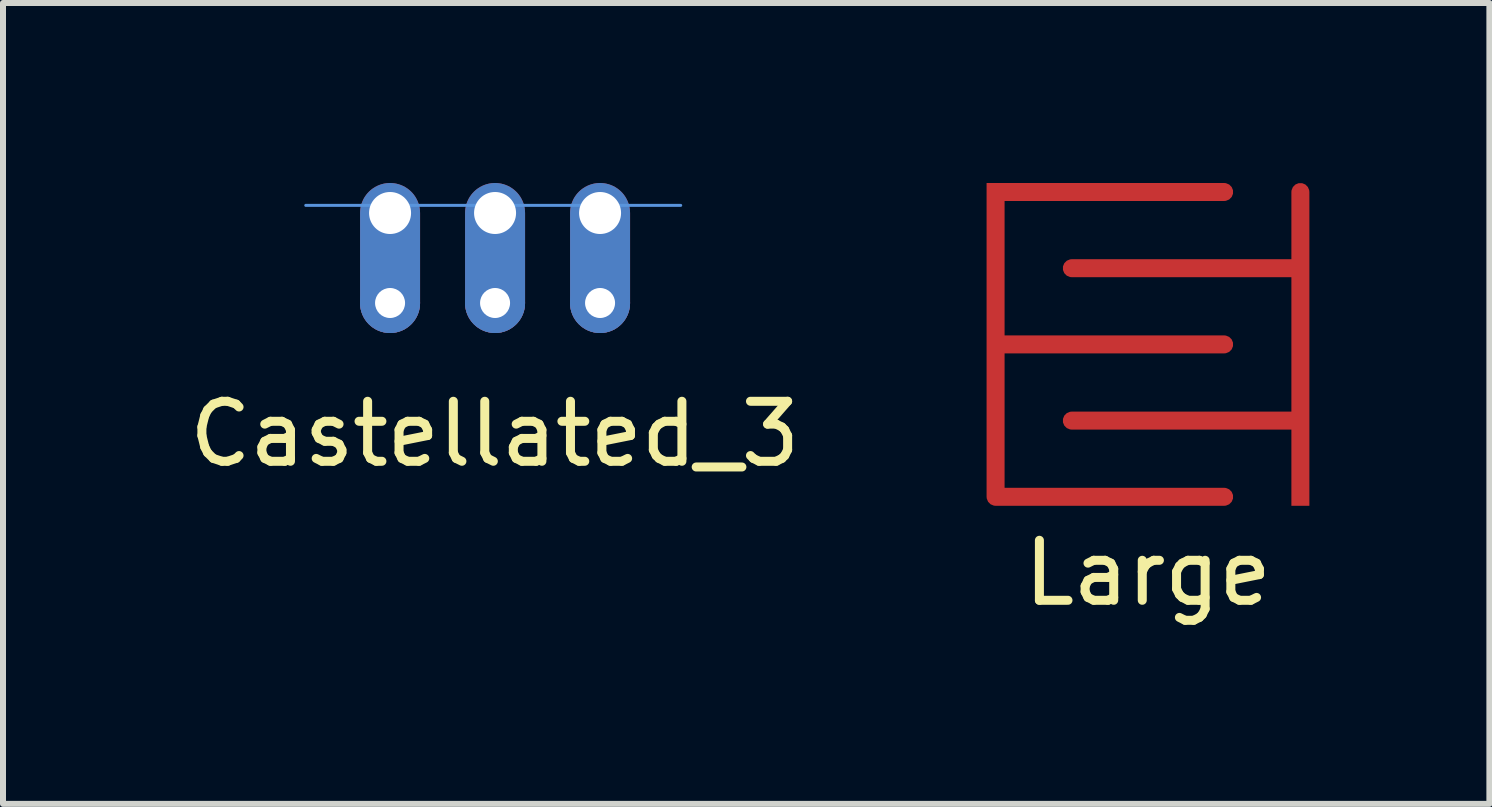
<source format=kicad_pcb>
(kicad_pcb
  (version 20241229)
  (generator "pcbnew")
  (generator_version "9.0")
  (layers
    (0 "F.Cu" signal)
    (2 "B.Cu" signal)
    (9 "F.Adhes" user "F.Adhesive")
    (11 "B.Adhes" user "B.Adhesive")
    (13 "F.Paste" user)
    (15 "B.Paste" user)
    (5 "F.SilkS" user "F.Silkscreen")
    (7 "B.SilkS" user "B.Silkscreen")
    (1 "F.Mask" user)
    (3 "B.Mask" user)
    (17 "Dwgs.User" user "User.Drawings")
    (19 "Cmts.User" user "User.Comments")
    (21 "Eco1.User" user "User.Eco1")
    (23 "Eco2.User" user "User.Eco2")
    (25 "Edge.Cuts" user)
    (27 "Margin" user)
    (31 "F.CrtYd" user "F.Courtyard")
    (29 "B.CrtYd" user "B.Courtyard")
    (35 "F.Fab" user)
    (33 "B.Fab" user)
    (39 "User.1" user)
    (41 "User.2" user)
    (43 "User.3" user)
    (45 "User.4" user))
  (footprint "Castellated_3"
    (layer "F.Cu")
    (at 5.196 0.373)
    (property "Reference" "Castellated_3" (at 0 3.81 0) (layer "F.SilkS") (effects (font (size 1 1) (thickness 0.15))))
    (attr smd)
    (fp_line (start 3.099 0) (end -3.15 0) (stroke (width 0.05) (type solid)) (layer "Cmts.User"))
    (pad "1" thru_hole oval (at -1.745 0.127) (size 1 2.5) (drill 0.7 (offset 0 0.75)) (layers "*.Cu" "*.Mask"))
    (pad "1" thru_hole circle (at -1.745 1.627) (size 1 1) (drill 0.5) (layers "*.Cu" "*.Mask"))
    (pad "2" thru_hole oval (at 0.005 0.127) (size 1 2.5) (drill 0.7 (offset 0 0.75)) (layers "*.Cu" "*.Mask"))
    (pad "2" thru_hole circle (at 0.005 1.627) (size 1 1) (drill 0.5) (layers "*.Cu" "*.Mask"))
    (pad "3" thru_hole oval (at 1.755 0.127) (size 1 2.5) (drill 0.7 (offset 0 0.75)) (layers "*.Cu" "*.Mask"))
    (pad "3" thru_hole circle (at 1.755 1.627) (size 1 1) (drill 0.5) (layers "*.Cu" "*.Mask")))
  (footprint "Large"
    (layer "F.Cu")
    (at 16.083 2.69)
    (property "Reference" "Large" (at 0 3.81 0) (layer "F.SilkS") (effects (font (size 1 1) (thickness 0.15))))
    (attr smd)
    (pad "1" connect custom (at 2.54 2.54) (size 0.3 0.3) (layers "F.Cu" "F.Mask") (options (anchor rect)) (primitives (gr_line (start 0 -5.08) (end 0 0) (width 0.3)) (gr_line (start 0 -1.27) (end -3.81 -1.27) (width 0.3)) (gr_line (start 0 -3.81) (end -3.81 -3.81) (width 0.3))))
    (pad "2" connect custom (at -2.54 -2.54) (size 0.3 0.3) (layers "F.Cu" "F.Mask") (options (anchor rect)) (primitives (gr_line (start 0 2.54) (end 3.81 2.54) (width 0.3)) (gr_line (start 0 0) (end 0 5.08) (width 0.3)) (gr_line (start 0 5.08) (end 3.81 5.08) (width 0.3)) (gr_line (start 3.81 0) (end 0 0) (width 0.3)))))
  (gr_rect
    (start -3 -3)
    (end 21.773 10.348)
    (stroke (width 0.1) (type default))
    (fill no)
    (layer "Edge.Cuts")))
</source>
